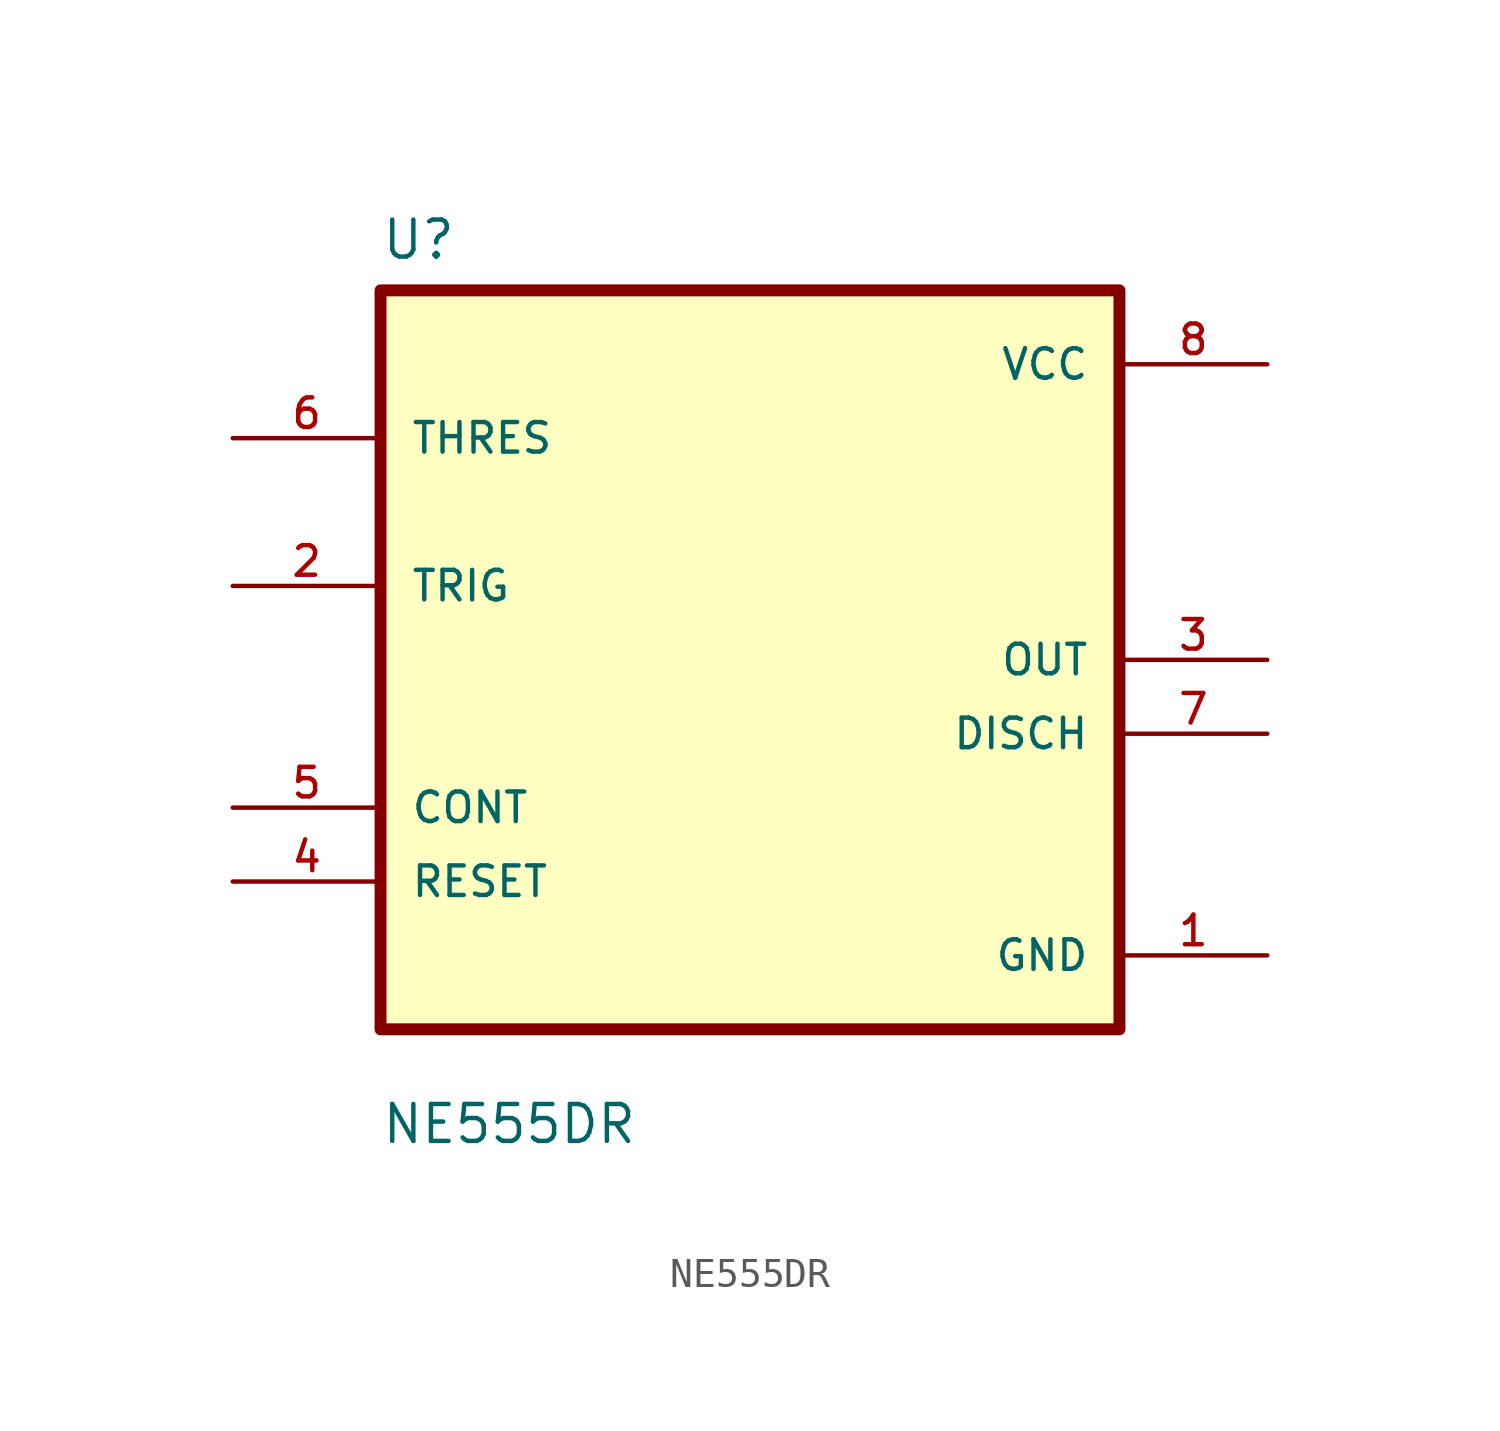
<source format=kicad_sym>
(kicad_symbol_lib
  (version 20211014)
  (generator kicad_symbol_editor)
  (symbol "NE555DR"
    (pin_names
      (offset 1.016))
    (property "Reference" "U"
      (at -12.7 13.7 0.0)
      (effects (font (size 1.27 1.27)) (justify bottom left)))
    (property "Value" "NE555DR"
      (at -12.7 -16.7 0.0)
      (effects (font (size 1.27 1.27)) (justify bottom left)))
    (symbol "NE555DR_0_0"
      (rectangle (start -12.7 -12.7) (end 12.7 12.7) (stroke (width 0.41)) (fill (type background)))
      (pin input line (at -17.78 -7.62 0) (length 5.08) (name "RESET" (effects (font (size 1.016 1.016)))) (number "4" (effects (font (size 1.016 1.016)))))
      (pin input line (at -17.78 7.62 0) (length 5.08) (name "THRES" (effects (font (size 1.016 1.016)))) (number "6" (effects (font (size 1.016 1.016)))))
      (pin input line (at -17.78 2.54 0) (length 5.08) (name "TRIG" (effects (font (size 1.016 1.016)))) (number "2" (effects (font (size 1.016 1.016)))))
      (pin bidirectional line (at -17.78 -5.08 0) (length 5.08) (name "CONT" (effects (font (size 1.016 1.016)))) (number "5" (effects (font (size 1.016 1.016)))))
      (pin power_in line (at 17.78 10.16 180.0) (length 5.08) (name "VCC" (effects (font (size 1.016 1.016)))) (number "8" (effects (font (size 1.016 1.016)))))
      (pin output line (at 17.78 -2.54 180.0) (length 5.08) (name "DISCH" (effects (font (size 1.016 1.016)))) (number "7" (effects (font (size 1.016 1.016)))))
      (pin output line (at 17.78 0.0 180.0) (length 5.08) (name "OUT" (effects (font (size 1.016 1.016)))) (number "3" (effects (font (size 1.016 1.016)))))
      (pin power_in line (at 17.78 -10.16 180.0) (length 5.08) (name "GND" (effects (font (size 1.016 1.016)))) (number "1" (effects (font (size 1.016 1.016))))))))
</source>
